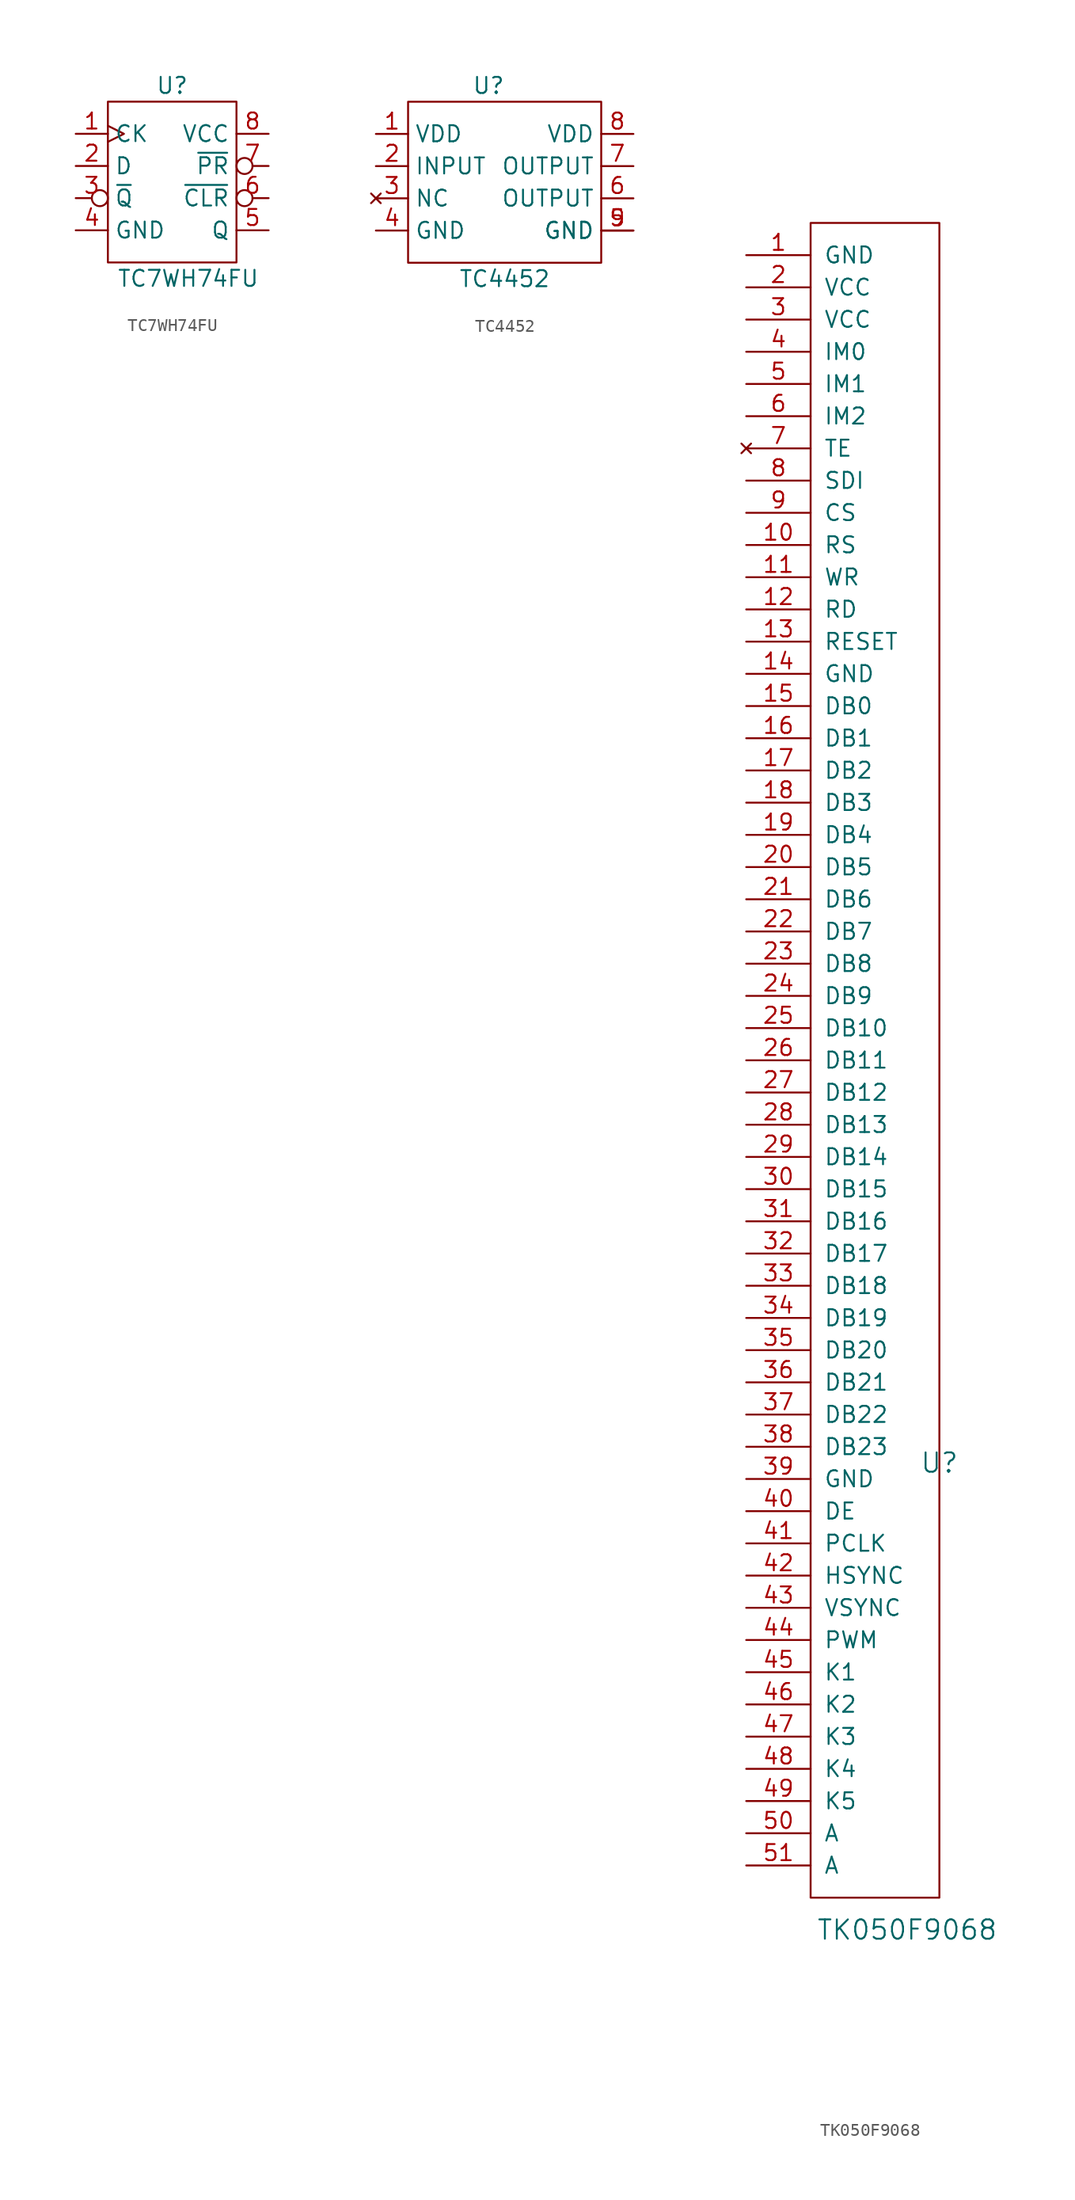
<source format=kicad_sym>
(kicad_symbol_lib
  (version 20220914)
  (generator kicad_symbol_editor)
  (symbol "TC7WH74FU"
    (property "Reference" "U"
      (at 0 7.62 0)
      (effects (font (size 1.27 1.27))))
    (property "Value" "TC7WH74FU"
      (at 1.27 -7.62 0)
      (effects (font (size 1.27 1.27))))
    (symbol "TC7WH74FU_0_1"
      (rectangle (start -5.08 6.35) (end 5.08 -6.35) (stroke (width 0.152) (type default)) (fill (type none))))
    (symbol "TC7WH74FU_1_1"
      (pin input clock (at -7.62 3.81 0) (length 2.54) (name "CK" (effects (font (size 1.27 1.27)))) (number "1" (effects (font (size 1.27 1.27)))))
      (pin input line (at -7.62 1.27 0) (length 2.54) (name "D" (effects (font (size 1.27 1.27)))) (number "2" (effects (font (size 1.27 1.27)))))
      (pin output inverted (at -7.62 -1.27 0) (length 2.54) (name "~{Q}" (effects (font (size 1.27 1.27)))) (number "3" (effects (font (size 1.27 1.27)))))
      (pin power_in line (at -7.62 -3.81 0) (length 2.54) (name "GND" (effects (font (size 1.27 1.27)))) (number "4" (effects (font (size 1.27 1.27)))))
      (pin output line (at 7.62 -3.81 180) (length 2.54) (name "Q" (effects (font (size 1.27 1.27)))) (number "5" (effects (font (size 1.27 1.27)))))
      (pin input inverted (at 7.62 -1.27 180) (length 2.54) (name "~{CLR}" (effects (font (size 1.27 1.27)))) (number "6" (effects (font (size 1.27 1.27)))))
      (pin input inverted (at 7.62 1.27 180) (length 2.54) (name "~{PR}" (effects (font (size 1.27 1.27)))) (number "7" (effects (font (size 1.27 1.27)))))
      (pin power_in line (at 7.62 3.81 180) (length 2.54) (name "VCC" (effects (font (size 1.27 1.27)))) (number "8" (effects (font (size 1.27 1.27)))))))
  (symbol "TC4452"
    (property "Reference" "U"
      (at -1.27 7.62 0)
      (effects (font (size 1.27 1.27))))
    (property "Value" "TC4452"
      (at 0 -7.62 0)
      (effects (font (size 1.27 1.27))))
    (symbol "TC4452_0_1"
      (rectangle (start -7.62 6.35) (end 7.62 -6.35) (stroke (width 0.152) (type default)) (fill (type none))))
    (symbol "TC4452_1_1"
      (pin power_in line (at -10.16 3.81 0) (length 2.54) (name "VDD" (effects (font (size 1.27 1.27)))) (number "1" (effects (font (size 1.27 1.27)))))
      (pin input line (at -10.16 1.27 0) (length 2.54) (name "INPUT" (effects (font (size 1.27 1.27)))) (number "2" (effects (font (size 1.27 1.27)))))
      (pin no_connect line (at -10.16 -1.27 0) (length 2.54) (name "NC" (effects (font (size 1.27 1.27)))) (number "3" (effects (font (size 1.27 1.27)))))
      (pin power_in line (at -10.16 -3.81 0) (length 2.54) (name "GND" (effects (font (size 1.27 1.27)))) (number "4" (effects (font (size 1.27 1.27)))))
      (pin power_in line (at 10.16 -3.81 180) (length 2.54) (name "GND" (effects (font (size 1.27 1.27)))) (number "5" (effects (font (size 1.27 1.27)))))
      (pin output line (at 10.16 -1.27 180) (length 2.54) (name "OUTPUT" (effects (font (size 1.27 1.27)))) (number "6" (effects (font (size 1.27 1.27)))))
      (pin output line (at 10.16 1.27 180) (length 2.54) (name "OUTPUT" (effects (font (size 1.27 1.27)))) (number "7" (effects (font (size 1.27 1.27)))))
      (pin power_in line (at 10.16 3.81 180) (length 2.54) (name "VDD" (effects (font (size 1.27 1.27)))) (number "8" (effects (font (size 1.27 1.27)))))
      (pin power_in line (at 10.16 -3.81 180) (length 2.54) (name "GND" (effects (font (size 1.27 1.27)))) (number "9" (effects (font (size 1.27 1.27)))))))
  (symbol "TK050F9068"
    (pin_names
      (offset 1.016))
    (property "Reference" "U"
      (at 0 0 0)
      (effects (font (size 1.524 1.524))))
    (property "Value" "TK050F9068"
      (at -2.54 -36.83 0)
      (effects (font (size 1.524 1.524))))
    (symbol "TK050F9068_0_1"
      (rectangle (start -10.16 97.79) (end 0 -34.29) (stroke (width 0) (type default)) (fill (type none))))
    (symbol "TK050F9068_1_1"
      (pin power_in line (at -15.24 95.25 0) (length 5.08) (name "GND" (effects (font (size 1.27 1.27)))) (number "1" (effects (font (size 1.27 1.27)))))
      (pin input line (at -15.24 72.39 0) (length 5.08) (name "RS" (effects (font (size 1.27 1.27)))) (number "10" (effects (font (size 1.27 1.27)))))
      (pin input line (at -15.24 69.85 0) (length 5.08) (name "WR" (effects (font (size 1.27 1.27)))) (number "11" (effects (font (size 1.27 1.27)))))
      (pin input line (at -15.24 67.31 0) (length 5.08) (name "RD" (effects (font (size 1.27 1.27)))) (number "12" (effects (font (size 1.27 1.27)))))
      (pin input line (at -15.24 64.77 0) (length 5.08) (name "RESET" (effects (font (size 1.27 1.27)))) (number "13" (effects (font (size 1.27 1.27)))))
      (pin power_in line (at -15.24 62.23 0) (length 5.08) (name "GND" (effects (font (size 1.27 1.27)))) (number "14" (effects (font (size 1.27 1.27)))))
      (pin input line (at -15.24 59.69 0) (length 5.08) (name "DB0" (effects (font (size 1.27 1.27)))) (number "15" (effects (font (size 1.27 1.27)))))
      (pin input line (at -15.24 57.15 0) (length 5.08) (name "DB1" (effects (font (size 1.27 1.27)))) (number "16" (effects (font (size 1.27 1.27)))))
      (pin input line (at -15.24 54.61 0) (length 5.08) (name "DB2" (effects (font (size 1.27 1.27)))) (number "17" (effects (font (size 1.27 1.27)))))
      (pin input line (at -15.24 52.07 0) (length 5.08) (name "DB3" (effects (font (size 1.27 1.27)))) (number "18" (effects (font (size 1.27 1.27)))))
      (pin input line (at -15.24 49.53 0) (length 5.08) (name "DB4" (effects (font (size 1.27 1.27)))) (number "19" (effects (font (size 1.27 1.27)))))
      (pin power_in line (at -15.24 92.71 0) (length 5.08) (name "VCC" (effects (font (size 1.27 1.27)))) (number "2" (effects (font (size 1.27 1.27)))))
      (pin input line (at -15.24 46.99 0) (length 5.08) (name "DB5" (effects (font (size 1.27 1.27)))) (number "20" (effects (font (size 1.27 1.27)))))
      (pin input line (at -15.24 44.45 0) (length 5.08) (name "DB6" (effects (font (size 1.27 1.27)))) (number "21" (effects (font (size 1.27 1.27)))))
      (pin input line (at -15.24 41.91 0) (length 5.08) (name "DB7" (effects (font (size 1.27 1.27)))) (number "22" (effects (font (size 1.27 1.27)))))
      (pin input line (at -15.24 39.37 0) (length 5.08) (name "DB8" (effects (font (size 1.27 1.27)))) (number "23" (effects (font (size 1.27 1.27)))))
      (pin input line (at -15.24 36.83 0) (length 5.08) (name "DB9" (effects (font (size 1.27 1.27)))) (number "24" (effects (font (size 1.27 1.27)))))
      (pin input line (at -15.24 34.29 0) (length 5.08) (name "DB10" (effects (font (size 1.27 1.27)))) (number "25" (effects (font (size 1.27 1.27)))))
      (pin input line (at -15.24 31.75 0) (length 5.08) (name "DB11" (effects (font (size 1.27 1.27)))) (number "26" (effects (font (size 1.27 1.27)))))
      (pin input line (at -15.24 29.21 0) (length 5.08) (name "DB12" (effects (font (size 1.27 1.27)))) (number "27" (effects (font (size 1.27 1.27)))))
      (pin input line (at -15.24 26.67 0) (length 5.08) (name "DB13" (effects (font (size 1.27 1.27)))) (number "28" (effects (font (size 1.27 1.27)))))
      (pin input line (at -15.24 24.13 0) (length 5.08) (name "DB14" (effects (font (size 1.27 1.27)))) (number "29" (effects (font (size 1.27 1.27)))))
      (pin power_in line (at -15.24 90.17 0) (length 5.08) (name "VCC" (effects (font (size 1.27 1.27)))) (number "3" (effects (font (size 1.27 1.27)))))
      (pin input line (at -15.24 21.59 0) (length 5.08) (name "DB15" (effects (font (size 1.27 1.27)))) (number "30" (effects (font (size 1.27 1.27)))))
      (pin input line (at -15.24 19.05 0) (length 5.08) (name "DB16" (effects (font (size 1.27 1.27)))) (number "31" (effects (font (size 1.27 1.27)))))
      (pin input line (at -15.24 16.51 0) (length 5.08) (name "DB17" (effects (font (size 1.27 1.27)))) (number "32" (effects (font (size 1.27 1.27)))))
      (pin input line (at -15.24 13.97 0) (length 5.08) (name "DB18" (effects (font (size 1.27 1.27)))) (number "33" (effects (font (size 1.27 1.27)))))
      (pin input line (at -15.24 11.43 0) (length 5.08) (name "DB19" (effects (font (size 1.27 1.27)))) (number "34" (effects (font (size 1.27 1.27)))))
      (pin input line (at -15.24 8.89 0) (length 5.08) (name "DB20" (effects (font (size 1.27 1.27)))) (number "35" (effects (font (size 1.27 1.27)))))
      (pin input line (at -15.24 6.35 0) (length 5.08) (name "DB21" (effects (font (size 1.27 1.27)))) (number "36" (effects (font (size 1.27 1.27)))))
      (pin input line (at -15.24 3.81 0) (length 5.08) (name "DB22" (effects (font (size 1.27 1.27)))) (number "37" (effects (font (size 1.27 1.27)))))
      (pin input line (at -15.24 1.27 0) (length 5.08) (name "DB23" (effects (font (size 1.27 1.27)))) (number "38" (effects (font (size 1.27 1.27)))))
      (pin power_in line (at -15.24 -1.27 0) (length 5.08) (name "GND" (effects (font (size 1.27 1.27)))) (number "39" (effects (font (size 1.27 1.27)))))
      (pin input line (at -15.24 87.63 0) (length 5.08) (name "IM0" (effects (font (size 1.27 1.27)))) (number "4" (effects (font (size 1.27 1.27)))))
      (pin input line (at -15.24 -3.81 0) (length 5.08) (name "DE" (effects (font (size 1.27 1.27)))) (number "40" (effects (font (size 1.27 1.27)))))
      (pin input line (at -15.24 -6.35 0) (length 5.08) (name "PCLK" (effects (font (size 1.27 1.27)))) (number "41" (effects (font (size 1.27 1.27)))))
      (pin input line (at -15.24 -8.89 0) (length 5.08) (name "HSYNC" (effects (font (size 1.27 1.27)))) (number "42" (effects (font (size 1.27 1.27)))))
      (pin input line (at -15.24 -11.43 0) (length 5.08) (name "VSYNC" (effects (font (size 1.27 1.27)))) (number "43" (effects (font (size 1.27 1.27)))))
      (pin input line (at -15.24 -13.97 0) (length 5.08) (name "PWM" (effects (font (size 1.27 1.27)))) (number "44" (effects (font (size 1.27 1.27)))))
      (pin input line (at -15.24 -16.51 0) (length 5.08) (name "K1" (effects (font (size 1.27 1.27)))) (number "45" (effects (font (size 1.27 1.27)))))
      (pin input line (at -15.24 -19.05 0) (length 5.08) (name "K2" (effects (font (size 1.27 1.27)))) (number "46" (effects (font (size 1.27 1.27)))))
      (pin input line (at -15.24 -21.59 0) (length 5.08) (name "K3" (effects (font (size 1.27 1.27)))) (number "47" (effects (font (size 1.27 1.27)))))
      (pin input line (at -15.24 -24.13 0) (length 5.08) (name "K4" (effects (font (size 1.27 1.27)))) (number "48" (effects (font (size 1.27 1.27)))))
      (pin input line (at -15.24 -26.67 0) (length 5.08) (name "K5" (effects (font (size 1.27 1.27)))) (number "49" (effects (font (size 1.27 1.27)))))
      (pin input line (at -15.24 85.09 0) (length 5.08) (name "IM1" (effects (font (size 1.27 1.27)))) (number "5" (effects (font (size 1.27 1.27)))))
      (pin input line (at -15.24 -29.21 0) (length 5.08) (name "A" (effects (font (size 1.27 1.27)))) (number "50" (effects (font (size 1.27 1.27)))))
      (pin input line (at -15.24 -31.75 0) (length 5.08) (name "A" (effects (font (size 1.27 1.27)))) (number "51" (effects (font (size 1.27 1.27)))))
      (pin input line (at -15.24 82.55 0) (length 5.08) (name "IM2" (effects (font (size 1.27 1.27)))) (number "6" (effects (font (size 1.27 1.27)))))
      (pin no_connect line (at -15.24 80.01 0) (length 5.08) (name "TE" (effects (font (size 1.27 1.27)))) (number "7" (effects (font (size 1.27 1.27)))))
      (pin input line (at -15.24 77.47 0) (length 5.08) (name "SDI" (effects (font (size 1.27 1.27)))) (number "8" (effects (font (size 1.27 1.27)))))
      (pin input line (at -15.24 74.93 0) (length 5.08) (name "CS" (effects (font (size 1.27 1.27)))) (number "9" (effects (font (size 1.27 1.27))))))))
</source>
